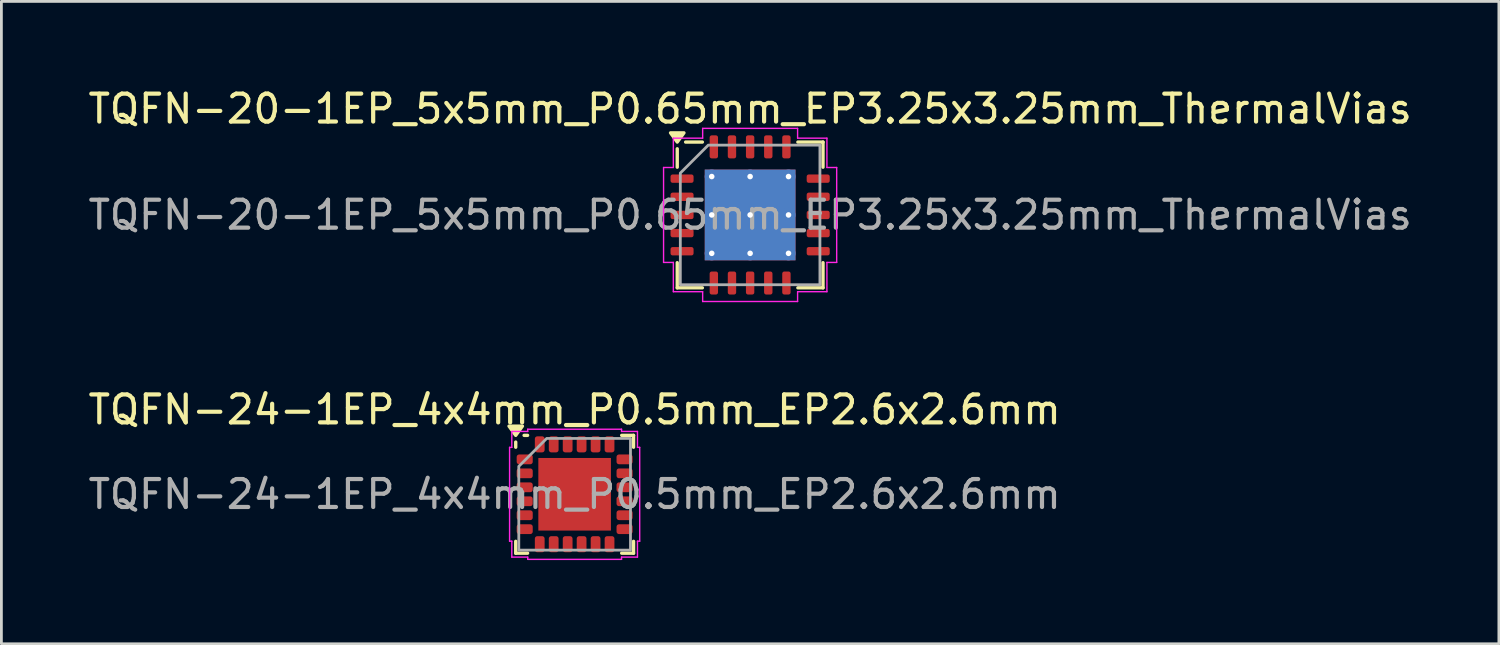
<source format=kicad_pcb>
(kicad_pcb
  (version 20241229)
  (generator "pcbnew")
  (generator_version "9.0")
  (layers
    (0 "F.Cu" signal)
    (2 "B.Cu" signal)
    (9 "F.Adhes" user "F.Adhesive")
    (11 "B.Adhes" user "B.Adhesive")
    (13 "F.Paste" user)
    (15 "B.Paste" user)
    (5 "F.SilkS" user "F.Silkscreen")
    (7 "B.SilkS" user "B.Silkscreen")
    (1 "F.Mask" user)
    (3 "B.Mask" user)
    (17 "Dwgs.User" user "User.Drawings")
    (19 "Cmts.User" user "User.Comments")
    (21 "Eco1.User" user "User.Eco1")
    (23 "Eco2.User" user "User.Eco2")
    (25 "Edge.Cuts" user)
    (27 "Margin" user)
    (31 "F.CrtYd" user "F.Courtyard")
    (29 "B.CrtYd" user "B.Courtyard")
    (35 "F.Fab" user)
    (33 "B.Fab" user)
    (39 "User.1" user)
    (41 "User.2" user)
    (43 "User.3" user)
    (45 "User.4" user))
  (footprint "TQFN-24-1EP_4x4mm_P0.5mm_EP2.6x2.6mm"
    (layer "F.Cu")
    (at 17.53 14.652)
    (property "Reference" "TQFN-24-1EP_4x4mm_P0.5mm_EP2.6x2.6mm" (at 0 -3.03 0) (layer "F.SilkS") (effects (font (size 1 1) (thickness 0.15))))
    (attr smd)
    (fp_line (start -2.11 -1.685) (end -2.11 -1.87) (stroke (width 0.12) (type solid)) (layer "F.SilkS"))
    (fp_line (start -2.11 2.11) (end -2.11 1.685) (stroke (width 0.12) (type solid)) (layer "F.SilkS"))
    (fp_line (start -1.685 -2.11) (end -1.81 -2.11) (stroke (width 0.12) (type solid)) (layer "F.SilkS"))
    (fp_line (start -1.685 2.11) (end -2.11 2.11) (stroke (width 0.12) (type solid)) (layer "F.SilkS"))
    (fp_line (start 1.685 -2.11) (end 2.11 -2.11) (stroke (width 0.12) (type solid)) (layer "F.SilkS"))
    (fp_line (start 1.685 2.11) (end 2.11 2.11) (stroke (width 0.12) (type solid)) (layer "F.SilkS"))
    (fp_line (start 2.11 -2.11) (end 2.11 -1.685) (stroke (width 0.12) (type solid)) (layer "F.SilkS"))
    (fp_line (start 2.11 2.11) (end 2.11 1.685) (stroke (width 0.12) (type solid)) (layer "F.SilkS"))
    (fp_poly (pts (xy -2.11 -2.11) (xy -2.35 -2.44) (xy -1.87 -2.44)) (stroke (width 0.12) (type solid)) (fill yes) (layer "F.SilkS"))
    (fp_line (start -2.33 -1.68) (end -2.25 -1.68) (stroke (width 0.05) (type solid)) (layer "F.CrtYd"))
    (fp_line (start -2.33 1.68) (end -2.33 -1.68) (stroke (width 0.05) (type solid)) (layer "F.CrtYd"))
    (fp_line (start -2.25 -2.25) (end -1.68 -2.25) (stroke (width 0.05) (type solid)) (layer "F.CrtYd"))
    (fp_line (start -2.25 -1.68) (end -2.25 -2.25) (stroke (width 0.05) (type solid)) (layer "F.CrtYd"))
    (fp_line (start -2.25 1.68) (end -2.33 1.68) (stroke (width 0.05) (type solid)) (layer "F.CrtYd"))
    (fp_line (start -2.25 2.25) (end -2.25 1.68) (stroke (width 0.05) (type solid)) (layer "F.CrtYd"))
    (fp_line (start -1.68 -2.33) (end 1.68 -2.33) (stroke (width 0.05) (type solid)) (layer "F.CrtYd"))
    (fp_line (start -1.68 -2.25) (end -1.68 -2.33) (stroke (width 0.05) (type solid)) (layer "F.CrtYd"))
    (fp_line (start -1.68 2.25) (end -2.25 2.25) (stroke (width 0.05) (type solid)) (layer "F.CrtYd"))
    (fp_line (start -1.68 2.33) (end -1.68 2.25) (stroke (width 0.05) (type solid)) (layer "F.CrtYd"))
    (fp_line (start 1.68 -2.33) (end 1.68 -2.25) (stroke (width 0.05) (type solid)) (layer "F.CrtYd"))
    (fp_line (start 1.68 -2.25) (end 2.25 -2.25) (stroke (width 0.05) (type solid)) (layer "F.CrtYd"))
    (fp_line (start 1.68 2.25) (end 1.68 2.33) (stroke (width 0.05) (type solid)) (layer "F.CrtYd"))
    (fp_line (start 1.68 2.33) (end -1.68 2.33) (stroke (width 0.05) (type solid)) (layer "F.CrtYd"))
    (fp_line (start 2.25 -2.25) (end 2.25 -1.68) (stroke (width 0.05) (type solid)) (layer "F.CrtYd"))
    (fp_line (start 2.25 -1.68) (end 2.33 -1.68) (stroke (width 0.05) (type solid)) (layer "F.CrtYd"))
    (fp_line (start 2.25 1.68) (end 2.25 2.25) (stroke (width 0.05) (type solid)) (layer "F.CrtYd"))
    (fp_line (start 2.25 2.25) (end 1.68 2.25) (stroke (width 0.05) (type solid)) (layer "F.CrtYd"))
    (fp_line (start 2.33 -1.68) (end 2.33 1.68) (stroke (width 0.05) (type solid)) (layer "F.CrtYd"))
    (fp_line (start 2.33 1.68) (end 2.25 1.68) (stroke (width 0.05) (type solid)) (layer "F.CrtYd"))
    (fp_poly (pts (xy -2 -1) (xy -2 2) (xy 2 2) (xy 2 -2) (xy -1 -2)) (stroke (width 0.1) (type solid)) (fill no) (layer "F.Fab"))
    (fp_text user "${REFERENCE}" (at 0 0 0) (layer "F.Fab") (effects (font (size 1 1) (thickness 0.15))))
    (pad "" smd roundrect (at -0.65 -0.65) (size 1.05 1.05) (layers "F.Paste") (roundrect_rratio 0.238))
    (pad "" smd roundrect (at -0.65 0.65) (size 1.05 1.05) (layers "F.Paste") (roundrect_rratio 0.238))
    (pad "" smd roundrect (at 0.65 -0.65) (size 1.05 1.05) (layers "F.Paste") (roundrect_rratio 0.238))
    (pad "" smd roundrect (at 0.65 0.65) (size 1.05 1.05) (layers "F.Paste") (roundrect_rratio 0.238))
    (pad "1" smd roundrect (at -1.788 -1.25) (size 0.575 0.35) (layers "F.Cu" "F.Mask" "F.Paste") (roundrect_rratio 0.25))
    (pad "2" smd roundrect (at -1.788 -0.75) (size 0.575 0.35) (layers "F.Cu" "F.Mask" "F.Paste") (roundrect_rratio 0.25))
    (pad "3" smd roundrect (at -1.788 -0.25) (size 0.575 0.35) (layers "F.Cu" "F.Mask" "F.Paste") (roundrect_rratio 0.25))
    (pad "4" smd roundrect (at -1.788 0.25) (size 0.575 0.35) (layers "F.Cu" "F.Mask" "F.Paste") (roundrect_rratio 0.25))
    (pad "5" smd roundrect (at -1.788 0.75) (size 0.575 0.35) (layers "F.Cu" "F.Mask" "F.Paste") (roundrect_rratio 0.25))
    (pad "6" smd roundrect (at -1.788 1.25) (size 0.575 0.35) (layers "F.Cu" "F.Mask" "F.Paste") (roundrect_rratio 0.25))
    (pad "7" smd roundrect (at -1.25 1.788) (size 0.35 0.575) (layers "F.Cu" "F.Mask" "F.Paste") (roundrect_rratio 0.25))
    (pad "8" smd roundrect (at -0.75 1.788) (size 0.35 0.575) (layers "F.Cu" "F.Mask" "F.Paste") (roundrect_rratio 0.25))
    (pad "9" smd roundrect (at -0.25 1.788) (size 0.35 0.575) (layers "F.Cu" "F.Mask" "F.Paste") (roundrect_rratio 0.25))
    (pad "10" smd roundrect (at 0.25 1.788) (size 0.35 0.575) (layers "F.Cu" "F.Mask" "F.Paste") (roundrect_rratio 0.25))
    (pad "11" smd roundrect (at 0.75 1.788) (size 0.35 0.575) (layers "F.Cu" "F.Mask" "F.Paste") (roundrect_rratio 0.25))
    (pad "12" smd roundrect (at 1.25 1.788) (size 0.35 0.575) (layers "F.Cu" "F.Mask" "F.Paste") (roundrect_rratio 0.25))
    (pad "13" smd roundrect (at 1.788 1.25) (size 0.575 0.35) (layers "F.Cu" "F.Mask" "F.Paste") (roundrect_rratio 0.25))
    (pad "14" smd roundrect (at 1.788 0.75) (size 0.575 0.35) (layers "F.Cu" "F.Mask" "F.Paste") (roundrect_rratio 0.25))
    (pad "15" smd roundrect (at 1.788 0.25) (size 0.575 0.35) (layers "F.Cu" "F.Mask" "F.Paste") (roundrect_rratio 0.25))
    (pad "16" smd roundrect (at 1.788 -0.25) (size 0.575 0.35) (layers "F.Cu" "F.Mask" "F.Paste") (roundrect_rratio 0.25))
    (pad "17" smd roundrect (at 1.788 -0.75) (size 0.575 0.35) (layers "F.Cu" "F.Mask" "F.Paste") (roundrect_rratio 0.25))
    (pad "18" smd roundrect (at 1.788 -1.25) (size 0.575 0.35) (layers "F.Cu" "F.Mask" "F.Paste") (roundrect_rratio 0.25))
    (pad "19" smd roundrect (at 1.25 -1.788) (size 0.35 0.575) (layers "F.Cu" "F.Mask" "F.Paste") (roundrect_rratio 0.25))
    (pad "20" smd roundrect (at 0.75 -1.788) (size 0.35 0.575) (layers "F.Cu" "F.Mask" "F.Paste") (roundrect_rratio 0.25))
    (pad "21" smd roundrect (at 0.25 -1.788) (size 0.35 0.575) (layers "F.Cu" "F.Mask" "F.Paste") (roundrect_rratio 0.25))
    (pad "22" smd roundrect (at -0.25 -1.788) (size 0.35 0.575) (layers "F.Cu" "F.Mask" "F.Paste") (roundrect_rratio 0.25))
    (pad "23" smd roundrect (at -0.75 -1.788) (size 0.35 0.575) (layers "F.Cu" "F.Mask" "F.Paste") (roundrect_rratio 0.25))
    (pad "24" smd roundrect (at -1.25 -1.788) (size 0.35 0.575) (layers "F.Cu" "F.Mask" "F.Paste") (roundrect_rratio 0.25))
    (pad "25" smd rect (at 0 0) (size 2.6 2.6) (property pad_prop_heatsink) (layers "F.Cu" "F.Mask")))
  (footprint "TQFN-20-1EP_5x5mm_P0.65mm_EP3.25x3.25mm_ThermalVias"
    (layer "F.Cu")
    (at 23.815 4.648)
    (property "Reference" "TQFN-20-1EP_5x5mm_P0.65mm_EP3.25x3.25mm_ThermalVias" (at 0 -3.8 0) (layer "F.SilkS") (effects (font (size 1 1) (thickness 0.15))))
    (attr smd)
    (fp_line (start -2.61 -1.71) (end -2.61 -2.37) (stroke (width 0.12) (type solid)) (layer "F.SilkS"))
    (fp_line (start -2.61 2.61) (end -2.61 1.71) (stroke (width 0.12) (type solid)) (layer "F.SilkS"))
    (fp_line (start -1.71 -2.61) (end -2.31 -2.61) (stroke (width 0.12) (type solid)) (layer "F.SilkS"))
    (fp_line (start -1.71 2.61) (end -2.61 2.61) (stroke (width 0.12) (type solid)) (layer "F.SilkS"))
    (fp_line (start 1.71 -2.61) (end 2.61 -2.61) (stroke (width 0.12) (type solid)) (layer "F.SilkS"))
    (fp_line (start 1.71 2.61) (end 2.61 2.61) (stroke (width 0.12) (type solid)) (layer "F.SilkS"))
    (fp_line (start 2.61 -2.61) (end 2.61 -1.71) (stroke (width 0.12) (type solid)) (layer "F.SilkS"))
    (fp_line (start 2.61 2.61) (end 2.61 1.71) (stroke (width 0.12) (type solid)) (layer "F.SilkS"))
    (fp_poly (pts (xy -2.61 -2.61) (xy -2.85 -2.94) (xy -2.37 -2.94)) (stroke (width 0.12) (type solid)) (fill yes) (layer "F.SilkS"))
    (fp_line (start -3.1 -1.7) (end -2.75 -1.7) (stroke (width 0.05) (type solid)) (layer "F.CrtYd"))
    (fp_line (start -3.1 1.7) (end -3.1 -1.7) (stroke (width 0.05) (type solid)) (layer "F.CrtYd"))
    (fp_line (start -2.75 -2.75) (end -1.7 -2.75) (stroke (width 0.05) (type solid)) (layer "F.CrtYd"))
    (fp_line (start -2.75 -1.7) (end -2.75 -2.75) (stroke (width 0.05) (type solid)) (layer "F.CrtYd"))
    (fp_line (start -2.75 1.7) (end -3.1 1.7) (stroke (width 0.05) (type solid)) (layer "F.CrtYd"))
    (fp_line (start -2.75 2.75) (end -2.75 1.7) (stroke (width 0.05) (type solid)) (layer "F.CrtYd"))
    (fp_line (start -1.7 -3.1) (end 1.7 -3.1) (stroke (width 0.05) (type solid)) (layer "F.CrtYd"))
    (fp_line (start -1.7 -2.75) (end -1.7 -3.1) (stroke (width 0.05) (type solid)) (layer "F.CrtYd"))
    (fp_line (start -1.7 2.75) (end -2.75 2.75) (stroke (width 0.05) (type solid)) (layer "F.CrtYd"))
    (fp_line (start -1.7 3.1) (end -1.7 2.75) (stroke (width 0.05) (type solid)) (layer "F.CrtYd"))
    (fp_line (start 1.7 -3.1) (end 1.7 -2.75) (stroke (width 0.05) (type solid)) (layer "F.CrtYd"))
    (fp_line (start 1.7 -2.75) (end 2.75 -2.75) (stroke (width 0.05) (type solid)) (layer "F.CrtYd"))
    (fp_line (start 1.7 2.75) (end 1.7 3.1) (stroke (width 0.05) (type solid)) (layer "F.CrtYd"))
    (fp_line (start 1.7 3.1) (end -1.7 3.1) (stroke (width 0.05) (type solid)) (layer "F.CrtYd"))
    (fp_line (start 2.75 -2.75) (end 2.75 -1.7) (stroke (width 0.05) (type solid)) (layer "F.CrtYd"))
    (fp_line (start 2.75 -1.7) (end 3.1 -1.7) (stroke (width 0.05) (type solid)) (layer "F.CrtYd"))
    (fp_line (start 2.75 1.7) (end 2.75 2.75) (stroke (width 0.05) (type solid)) (layer "F.CrtYd"))
    (fp_line (start 2.75 2.75) (end 1.7 2.75) (stroke (width 0.05) (type solid)) (layer "F.CrtYd"))
    (fp_line (start 3.1 -1.7) (end 3.1 1.7) (stroke (width 0.05) (type solid)) (layer "F.CrtYd"))
    (fp_line (start 3.1 1.7) (end 2.75 1.7) (stroke (width 0.05) (type solid)) (layer "F.CrtYd"))
    (fp_poly (pts (xy -2.5 -1.5) (xy -2.5 2.5) (xy 2.5 2.5) (xy 2.5 -2.5) (xy -1.5 -2.5)) (stroke (width 0.1) (type solid)) (fill no) (layer "F.Fab"))
    (fp_text user "${REFERENCE}" (at 0 0 0) (layer "F.Fab") (effects (font (size 1 1) (thickness 0.15))))
    (pad "" smd roundrect (at -0.81 -0.81) (size 1.41 1.41) (layers "F.Paste") (roundrect_rratio 0.177))
    (pad "" smd roundrect (at -0.81 0.81) (size 1.41 1.41) (layers "F.Paste") (roundrect_rratio 0.177))
    (pad "" smd roundrect (at 0.81 -0.81) (size 1.41 1.41) (layers "F.Paste") (roundrect_rratio 0.177))
    (pad "" smd roundrect (at 0.81 0.81) (size 1.41 1.41) (layers "F.Paste") (roundrect_rratio 0.177))
    (pad "1" smd roundrect (at -2.438 -1.3) (size 0.825 0.3) (layers "F.Cu" "F.Mask" "F.Paste") (roundrect_rratio 0.25))
    (pad "2" smd roundrect (at -2.438 -0.65) (size 0.825 0.3) (layers "F.Cu" "F.Mask" "F.Paste") (roundrect_rratio 0.25))
    (pad "3" smd roundrect (at -2.438 0) (size 0.825 0.3) (layers "F.Cu" "F.Mask" "F.Paste") (roundrect_rratio 0.25))
    (pad "4" smd roundrect (at -2.438 0.65) (size 0.825 0.3) (layers "F.Cu" "F.Mask" "F.Paste") (roundrect_rratio 0.25))
    (pad "5" smd roundrect (at -2.438 1.3) (size 0.825 0.3) (layers "F.Cu" "F.Mask" "F.Paste") (roundrect_rratio 0.25))
    (pad "6" smd roundrect (at -1.3 2.438) (size 0.3 0.825) (layers "F.Cu" "F.Mask" "F.Paste") (roundrect_rratio 0.25))
    (pad "7" smd roundrect (at -0.65 2.438) (size 0.3 0.825) (layers "F.Cu" "F.Mask" "F.Paste") (roundrect_rratio 0.25))
    (pad "8" smd roundrect (at 0 2.438) (size 0.3 0.825) (layers "F.Cu" "F.Mask" "F.Paste") (roundrect_rratio 0.25))
    (pad "9" smd roundrect (at 0.65 2.438) (size 0.3 0.825) (layers "F.Cu" "F.Mask" "F.Paste") (roundrect_rratio 0.25))
    (pad "10" smd roundrect (at 1.3 2.438) (size 0.3 0.825) (layers "F.Cu" "F.Mask" "F.Paste") (roundrect_rratio 0.25))
    (pad "11" smd roundrect (at 2.438 1.3) (size 0.825 0.3) (layers "F.Cu" "F.Mask" "F.Paste") (roundrect_rratio 0.25))
    (pad "12" smd roundrect (at 2.438 0.65) (size 0.825 0.3) (layers "F.Cu" "F.Mask" "F.Paste") (roundrect_rratio 0.25))
    (pad "13" smd roundrect (at 2.438 0) (size 0.825 0.3) (layers "F.Cu" "F.Mask" "F.Paste") (roundrect_rratio 0.25))
    (pad "14" smd roundrect (at 2.438 -0.65) (size 0.825 0.3) (layers "F.Cu" "F.Mask" "F.Paste") (roundrect_rratio 0.25))
    (pad "15" smd roundrect (at 2.438 -1.3) (size 0.825 0.3) (layers "F.Cu" "F.Mask" "F.Paste") (roundrect_rratio 0.25))
    (pad "16" smd roundrect (at 1.3 -2.438) (size 0.3 0.825) (layers "F.Cu" "F.Mask" "F.Paste") (roundrect_rratio 0.25))
    (pad "17" smd roundrect (at 0.65 -2.438) (size 0.3 0.825) (layers "F.Cu" "F.Mask" "F.Paste") (roundrect_rratio 0.25))
    (pad "18" smd roundrect (at 0 -2.438) (size 0.3 0.825) (layers "F.Cu" "F.Mask" "F.Paste") (roundrect_rratio 0.25))
    (pad "19" smd roundrect (at -0.65 -2.438) (size 0.3 0.825) (layers "F.Cu" "F.Mask" "F.Paste") (roundrect_rratio 0.25))
    (pad "20" smd roundrect (at -1.3 -2.438) (size 0.3 0.825) (layers "F.Cu" "F.Mask" "F.Paste") (roundrect_rratio 0.25))
    (pad "21" thru_hole circle (at -1.375 -1.375) (size 0.5 0.5) (drill 0.2) (property pad_prop_heatsink) (layers "*.Cu"))
    (pad "21" thru_hole circle (at -1.375 0) (size 0.5 0.5) (drill 0.2) (property pad_prop_heatsink) (layers "*.Cu"))
    (pad "21" thru_hole circle (at -1.375 1.375) (size 0.5 0.5) (drill 0.2) (property pad_prop_heatsink) (layers "*.Cu"))
    (pad "21" thru_hole circle (at 0 -1.375) (size 0.5 0.5) (drill 0.2) (property pad_prop_heatsink) (layers "*.Cu"))
    (pad "21" thru_hole circle (at 0 0) (size 0.5 0.5) (drill 0.2) (property pad_prop_heatsink) (layers "*.Cu"))
    (pad "21" smd rect (at 0 0) (size 3.25 3.25) (property pad_prop_heatsink) (layers "F.Cu" "F.Mask"))
    (pad "21" smd rect (at 0 0) (size 3.25 3.25) (property pad_prop_heatsink) (layers "B.Cu"))
    (pad "21" thru_hole circle (at 0 1.375) (size 0.5 0.5) (drill 0.2) (property pad_prop_heatsink) (layers "*.Cu"))
    (pad "21" thru_hole circle (at 1.375 -1.375) (size 0.5 0.5) (drill 0.2) (property pad_prop_heatsink) (layers "*.Cu"))
    (pad "21" thru_hole circle (at 1.375 0) (size 0.5 0.5) (drill 0.2) (property pad_prop_heatsink) (layers "*.Cu"))
    (pad "21" thru_hole circle (at 1.375 1.375) (size 0.5 0.5) (drill 0.2) (property pad_prop_heatsink) (layers "*.Cu")))
  (gr_rect
    (start -3 -3)
    (end 50.631 20.006)
    (stroke (width 0.1) (type default))
    (fill no)
    (layer "Edge.Cuts")))
</source>
